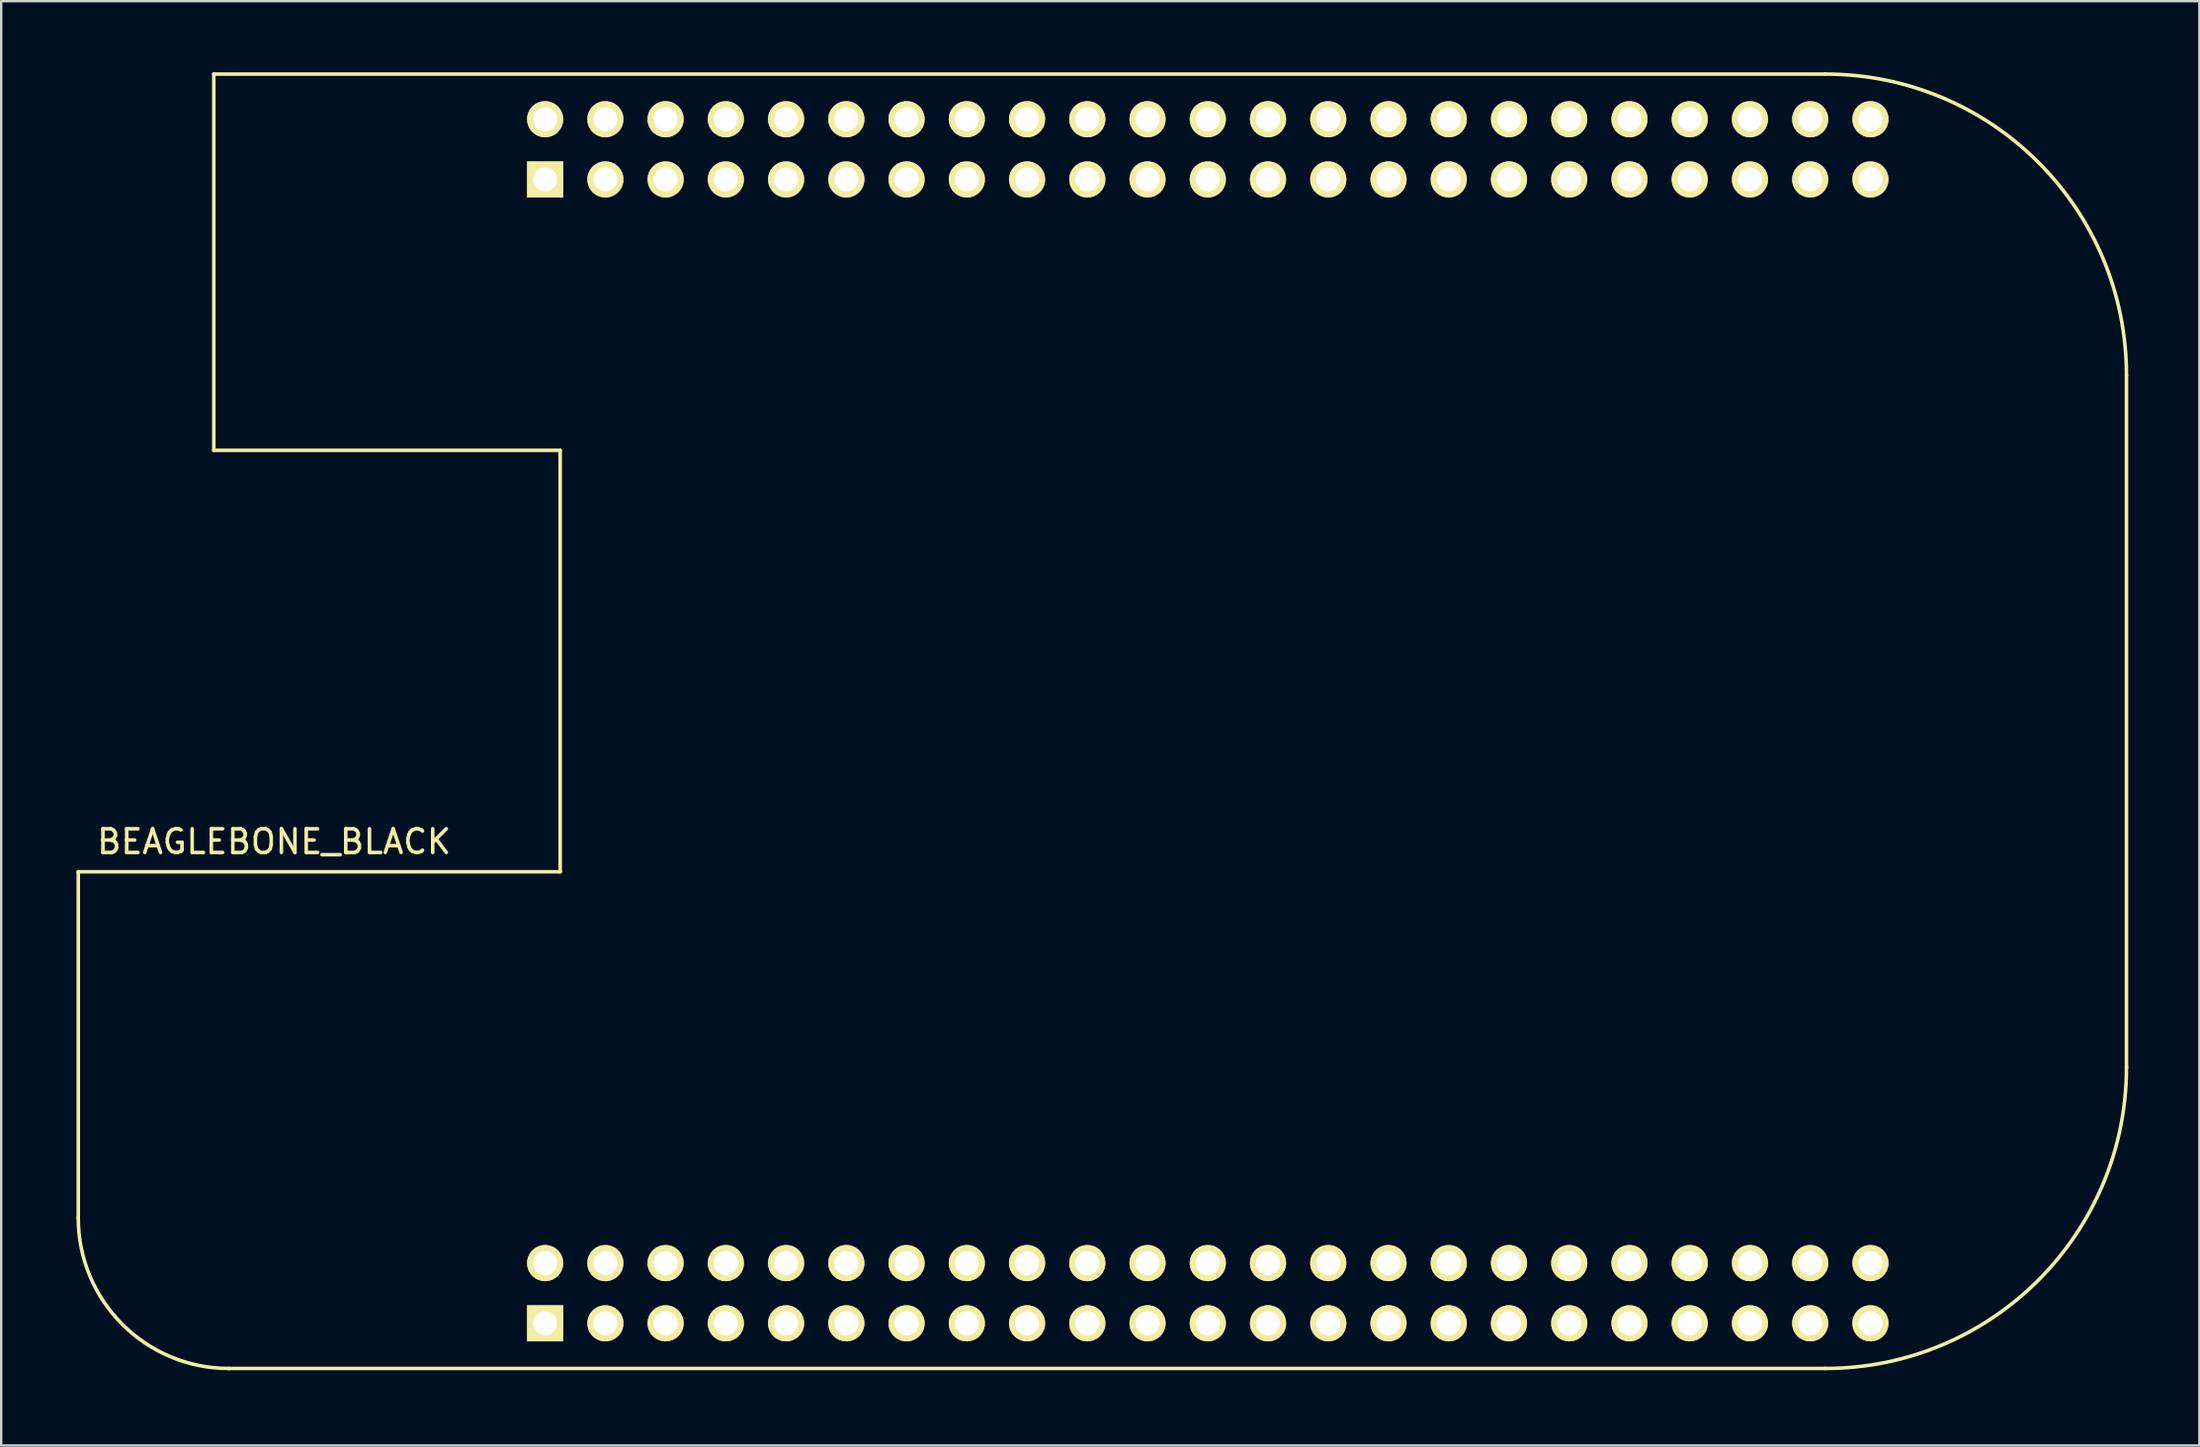
<source format=kicad_pcb>
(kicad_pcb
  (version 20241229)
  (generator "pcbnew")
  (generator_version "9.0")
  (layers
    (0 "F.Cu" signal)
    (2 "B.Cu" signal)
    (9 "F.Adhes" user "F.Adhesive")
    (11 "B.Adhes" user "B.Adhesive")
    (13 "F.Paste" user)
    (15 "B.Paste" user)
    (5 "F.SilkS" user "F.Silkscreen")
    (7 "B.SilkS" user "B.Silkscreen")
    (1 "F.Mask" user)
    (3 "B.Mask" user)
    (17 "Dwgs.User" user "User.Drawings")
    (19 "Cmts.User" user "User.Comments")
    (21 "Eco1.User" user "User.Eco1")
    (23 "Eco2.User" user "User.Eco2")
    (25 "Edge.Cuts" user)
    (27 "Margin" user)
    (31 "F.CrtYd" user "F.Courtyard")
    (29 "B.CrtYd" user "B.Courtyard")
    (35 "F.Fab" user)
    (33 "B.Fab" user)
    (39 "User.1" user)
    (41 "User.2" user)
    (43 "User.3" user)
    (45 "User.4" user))
  (footprint "BEAGLEBONE_BLACK"
    (layer "F.Cu")
    (at 0.25 54.685)
    (property "Reference" "BEAGLEBONE_BLACK" (at 8.255 -22.225 0) (layer "F.SilkS") (effects (font (size 1 1) (thickness 0.15))))
    (attr through_hole)
    (fp_line (start 0 -20.955) (end 20.32 -20.955) (stroke (width 0.15) (type solid)) (layer "F.SilkS"))
    (fp_line (start 0 -6.35) (end 0 -20.955) (stroke (width 0.15) (type solid)) (layer "F.SilkS"))
    (fp_line (start 5.715 -54.61) (end 73.66 -54.61) (stroke (width 0.15) (type solid)) (layer "F.SilkS"))
    (fp_line (start 5.715 -38.735) (end 5.715 -54.61) (stroke (width 0.15) (type solid)) (layer "F.SilkS"))
    (fp_line (start 6.35 0) (end 73.66 0) (stroke (width 0.15) (type solid)) (layer "F.SilkS"))
    (fp_line (start 20.32 -38.735) (end 5.715 -38.735) (stroke (width 0.15) (type solid)) (layer "F.SilkS"))
    (fp_line (start 20.32 -20.955) (end 20.32 -38.735) (stroke (width 0.15) (type solid)) (layer "F.SilkS"))
    (fp_line (start 86.36 -41.91) (end 86.36 -12.7) (stroke (width 0.15) (type solid)) (layer "F.SilkS"))
    (fp_arc (start 6.35 0) (mid 1.859872 -1.859872) (end 0 -6.35) (stroke (width 0.15) (type solid)) (layer "F.SilkS"))
    (fp_arc (start 73.66 -54.61) (mid 82.640256 -50.890256) (end 86.36 -41.91) (stroke (width 0.15) (type solid)) (layer "F.SilkS"))
    (fp_arc (start 86.36 -12.7) (mid 82.640256 -3.719744) (end 73.66 0) (stroke (width 0.15) (type solid)) (layer "F.SilkS"))
    (pad "A1" thru_hole rect (at 19.685 -50.165) (size 1.524 1.524) (drill 1.016) (layers "*.Cu" "*.Mask" "F.SilkS"))
    (pad "A2" thru_hole circle (at 19.685 -52.705) (size 1.524 1.524) (drill 1.016) (layers "*.Cu" "*.Mask" "F.SilkS"))
    (pad "A3" thru_hole circle (at 22.225 -50.165) (size 1.524 1.524) (drill 1.016) (layers "*.Cu" "*.Mask" "F.SilkS"))
    (pad "A4" thru_hole circle (at 22.225 -52.705) (size 1.524 1.524) (drill 1.016) (layers "*.Cu" "*.Mask" "F.SilkS"))
    (pad "A5" thru_hole circle (at 24.765 -50.165) (size 1.524 1.524) (drill 1.016) (layers "*.Cu" "*.Mask" "F.SilkS"))
    (pad "A6" thru_hole circle (at 24.765 -52.705) (size 1.524 1.524) (drill 1.016) (layers "*.Cu" "*.Mask" "F.SilkS"))
    (pad "A7" thru_hole circle (at 27.305 -50.165) (size 1.524 1.524) (drill 1.016) (layers "*.Cu" "*.Mask" "F.SilkS"))
    (pad "A8" thru_hole circle (at 27.305 -52.705) (size 1.524 1.524) (drill 1.016) (layers "*.Cu" "*.Mask" "F.SilkS"))
    (pad "A9" thru_hole circle (at 29.845 -50.165) (size 1.524 1.524) (drill 1.016) (layers "*.Cu" "*.Mask" "F.SilkS"))
    (pad "A10" thru_hole circle (at 29.845 -52.705) (size 1.524 1.524) (drill 1.016) (layers "*.Cu" "*.Mask" "F.SilkS"))
    (pad "A11" thru_hole circle (at 32.385 -50.165) (size 1.524 1.524) (drill 1.016) (layers "*.Cu" "*.Mask" "F.SilkS"))
    (pad "A12" thru_hole circle (at 32.385 -52.705) (size 1.524 1.524) (drill 1.016) (layers "*.Cu" "*.Mask" "F.SilkS"))
    (pad "A13" thru_hole circle (at 34.925 -50.165) (size 1.524 1.524) (drill 1.016) (layers "*.Cu" "*.Mask" "F.SilkS"))
    (pad "A14" thru_hole circle (at 34.925 -52.705) (size 1.524 1.524) (drill 1.016) (layers "*.Cu" "*.Mask" "F.SilkS"))
    (pad "A15" thru_hole circle (at 37.465 -50.165) (size 1.524 1.524) (drill 1.016) (layers "*.Cu" "*.Mask" "F.SilkS"))
    (pad "A16" thru_hole circle (at 37.465 -52.705) (size 1.524 1.524) (drill 1.016) (layers "*.Cu" "*.Mask" "F.SilkS"))
    (pad "A17" thru_hole circle (at 40.005 -50.165) (size 1.524 1.524) (drill 1.016) (layers "*.Cu" "*.Mask" "F.SilkS"))
    (pad "A18" thru_hole circle (at 40.005 -52.705) (size 1.524 1.524) (drill 1.016) (layers "*.Cu" "*.Mask" "F.SilkS"))
    (pad "A19" thru_hole circle (at 42.545 -50.165) (size 1.524 1.524) (drill 1.016) (layers "*.Cu" "*.Mask" "F.SilkS"))
    (pad "A20" thru_hole circle (at 42.545 -52.705) (size 1.524 1.524) (drill 1.016) (layers "*.Cu" "*.Mask" "F.SilkS"))
    (pad "A21" thru_hole circle (at 45.085 -50.165) (size 1.524 1.524) (drill 1.016) (layers "*.Cu" "*.Mask" "F.SilkS"))
    (pad "A22" thru_hole circle (at 45.085 -52.705) (size 1.524 1.524) (drill 1.016) (layers "*.Cu" "*.Mask" "F.SilkS"))
    (pad "A23" thru_hole circle (at 47.625 -50.165) (size 1.524 1.524) (drill 1.016) (layers "*.Cu" "*.Mask" "F.SilkS"))
    (pad "A24" thru_hole circle (at 47.625 -52.705) (size 1.524 1.524) (drill 1.016) (layers "*.Cu" "*.Mask" "F.SilkS"))
    (pad "A25" thru_hole circle (at 50.165 -50.165) (size 1.524 1.524) (drill 1.016) (layers "*.Cu" "*.Mask" "F.SilkS"))
    (pad "A26" thru_hole circle (at 50.165 -52.705) (size 1.524 1.524) (drill 1.016) (layers "*.Cu" "*.Mask" "F.SilkS"))
    (pad "A27" thru_hole circle (at 52.705 -50.165) (size 1.524 1.524) (drill 1.016) (layers "*.Cu" "*.Mask" "F.SilkS"))
    (pad "A28" thru_hole circle (at 52.705 -52.705) (size 1.524 1.524) (drill 1.016) (layers "*.Cu" "*.Mask" "F.SilkS"))
    (pad "A29" thru_hole circle (at 55.245 -50.165) (size 1.524 1.524) (drill 1.016) (layers "*.Cu" "*.Mask" "F.SilkS"))
    (pad "A30" thru_hole circle (at 55.245 -52.705) (size 1.524 1.524) (drill 1.016) (layers "*.Cu" "*.Mask" "F.SilkS"))
    (pad "A31" thru_hole circle (at 57.785 -50.165) (size 1.524 1.524) (drill 1.016) (layers "*.Cu" "*.Mask" "F.SilkS"))
    (pad "A32" thru_hole circle (at 57.785 -52.705) (size 1.524 1.524) (drill 1.016) (layers "*.Cu" "*.Mask" "F.SilkS"))
    (pad "A33" thru_hole circle (at 60.325 -50.165) (size 1.524 1.524) (drill 1.016) (layers "*.Cu" "*.Mask" "F.SilkS"))
    (pad "A34" thru_hole circle (at 60.325 -52.705) (size 1.524 1.524) (drill 1.016) (layers "*.Cu" "*.Mask" "F.SilkS"))
    (pad "A35" thru_hole circle (at 62.865 -50.165) (size 1.524 1.524) (drill 1.016) (layers "*.Cu" "*.Mask" "F.SilkS"))
    (pad "A36" thru_hole circle (at 62.865 -52.705) (size 1.524 1.524) (drill 1.016) (layers "*.Cu" "*.Mask" "F.SilkS"))
    (pad "A37" thru_hole circle (at 65.405 -50.165) (size 1.524 1.524) (drill 1.016) (layers "*.Cu" "*.Mask" "F.SilkS"))
    (pad "A38" thru_hole circle (at 65.405 -52.705) (size 1.524 1.524) (drill 1.016) (layers "*.Cu" "*.Mask" "F.SilkS"))
    (pad "A39" thru_hole circle (at 67.945 -50.165) (size 1.524 1.524) (drill 1.016) (layers "*.Cu" "*.Mask" "F.SilkS"))
    (pad "A40" thru_hole circle (at 67.945 -52.705) (size 1.524 1.524) (drill 1.016) (layers "*.Cu" "*.Mask" "F.SilkS"))
    (pad "A41" thru_hole circle (at 70.485 -50.165) (size 1.524 1.524) (drill 1.016) (layers "*.Cu" "*.Mask" "F.SilkS"))
    (pad "A42" thru_hole circle (at 70.485 -52.705) (size 1.524 1.524) (drill 1.016) (layers "*.Cu" "*.Mask" "F.SilkS"))
    (pad "A43" thru_hole circle (at 73.025 -50.165) (size 1.524 1.524) (drill 1.016) (layers "*.Cu" "*.Mask" "F.SilkS"))
    (pad "A44" thru_hole circle (at 73.025 -52.705) (size 1.524 1.524) (drill 1.016) (layers "*.Cu" "*.Mask" "F.SilkS"))
    (pad "A45" thru_hole circle (at 75.565 -50.165) (size 1.524 1.524) (drill 1.016) (layers "*.Cu" "*.Mask" "F.SilkS"))
    (pad "A46" thru_hole circle (at 75.565 -52.705) (size 1.524 1.524) (drill 1.016) (layers "*.Cu" "*.Mask" "F.SilkS"))
    (pad "B1" thru_hole rect (at 19.685 -1.905) (size 1.524 1.524) (drill 1.016) (layers "*.Cu" "*.Mask" "F.SilkS"))
    (pad "B2" thru_hole circle (at 19.685 -4.445) (size 1.524 1.524) (drill 1.016) (layers "*.Cu" "*.Mask" "F.SilkS"))
    (pad "B3" thru_hole circle (at 22.225 -1.905) (size 1.524 1.524) (drill 1.016) (layers "*.Cu" "*.Mask" "F.SilkS"))
    (pad "B4" thru_hole circle (at 22.225 -4.445) (size 1.524 1.524) (drill 1.016) (layers "*.Cu" "*.Mask" "F.SilkS"))
    (pad "B5" thru_hole circle (at 24.765 -1.905) (size 1.524 1.524) (drill 1.016) (layers "*.Cu" "*.Mask" "F.SilkS"))
    (pad "B6" thru_hole circle (at 24.765 -4.445) (size 1.524 1.524) (drill 1.016) (layers "*.Cu" "*.Mask" "F.SilkS"))
    (pad "B7" thru_hole circle (at 27.305 -1.905) (size 1.524 1.524) (drill 1.016) (layers "*.Cu" "*.Mask" "F.SilkS"))
    (pad "B8" thru_hole circle (at 27.305 -4.445) (size 1.524 1.524) (drill 1.016) (layers "*.Cu" "*.Mask" "F.SilkS"))
    (pad "B9" thru_hole circle (at 29.845 -1.905) (size 1.524 1.524) (drill 1.016) (layers "*.Cu" "*.Mask" "F.SilkS"))
    (pad "B10" thru_hole circle (at 29.845 -4.445) (size 1.524 1.524) (drill 1.016) (layers "*.Cu" "*.Mask" "F.SilkS"))
    (pad "B11" thru_hole circle (at 32.385 -1.905) (size 1.524 1.524) (drill 1.016) (layers "*.Cu" "*.Mask" "F.SilkS"))
    (pad "B12" thru_hole circle (at 32.385 -4.445) (size 1.524 1.524) (drill 1.016) (layers "*.Cu" "*.Mask" "F.SilkS"))
    (pad "B13" thru_hole circle (at 34.925 -1.905) (size 1.524 1.524) (drill 1.016) (layers "*.Cu" "*.Mask" "F.SilkS"))
    (pad "B14" thru_hole circle (at 34.925 -4.445) (size 1.524 1.524) (drill 1.016) (layers "*.Cu" "*.Mask" "F.SilkS"))
    (pad "B15" thru_hole circle (at 37.465 -1.905) (size 1.524 1.524) (drill 1.016) (layers "*.Cu" "*.Mask" "F.SilkS"))
    (pad "B16" thru_hole circle (at 37.465 -4.445) (size 1.524 1.524) (drill 1.016) (layers "*.Cu" "*.Mask" "F.SilkS"))
    (pad "B17" thru_hole circle (at 40.005 -1.905) (size 1.524 1.524) (drill 1.016) (layers "*.Cu" "*.Mask" "F.SilkS"))
    (pad "B18" thru_hole circle (at 40.005 -4.445) (size 1.524 1.524) (drill 1.016) (layers "*.Cu" "*.Mask" "F.SilkS"))
    (pad "B19" thru_hole circle (at 42.545 -1.905) (size 1.524 1.524) (drill 1.016) (layers "*.Cu" "*.Mask" "F.SilkS"))
    (pad "B20" thru_hole circle (at 42.545 -4.445) (size 1.524 1.524) (drill 1.016) (layers "*.Cu" "*.Mask" "F.SilkS"))
    (pad "B21" thru_hole circle (at 45.085 -1.905) (size 1.524 1.524) (drill 1.016) (layers "*.Cu" "*.Mask" "F.SilkS"))
    (pad "B22" thru_hole circle (at 45.085 -4.445) (size 1.524 1.524) (drill 1.016) (layers "*.Cu" "*.Mask" "F.SilkS"))
    (pad "B23" thru_hole circle (at 47.625 -1.905) (size 1.524 1.524) (drill 1.016) (layers "*.Cu" "*.Mask" "F.SilkS"))
    (pad "B24" thru_hole circle (at 47.625 -4.445) (size 1.524 1.524) (drill 1.016) (layers "*.Cu" "*.Mask" "F.SilkS"))
    (pad "B25" thru_hole circle (at 50.165 -1.905) (size 1.524 1.524) (drill 1.016) (layers "*.Cu" "*.Mask" "F.SilkS"))
    (pad "B26" thru_hole circle (at 50.165 -4.445) (size 1.524 1.524) (drill 1.016) (layers "*.Cu" "*.Mask" "F.SilkS"))
    (pad "B27" thru_hole circle (at 52.705 -1.905) (size 1.524 1.524) (drill 1.016) (layers "*.Cu" "*.Mask" "F.SilkS"))
    (pad "B28" thru_hole circle (at 52.705 -4.445) (size 1.524 1.524) (drill 1.016) (layers "*.Cu" "*.Mask" "F.SilkS"))
    (pad "B29" thru_hole circle (at 55.245 -1.905) (size 1.524 1.524) (drill 1.016) (layers "*.Cu" "*.Mask" "F.SilkS"))
    (pad "B30" thru_hole circle (at 55.245 -4.445) (size 1.524 1.524) (drill 1.016) (layers "*.Cu" "*.Mask" "F.SilkS"))
    (pad "B31" thru_hole circle (at 57.785 -1.905) (size 1.524 1.524) (drill 1.016) (layers "*.Cu" "*.Mask" "F.SilkS"))
    (pad "B32" thru_hole circle (at 57.785 -4.445) (size 1.524 1.524) (drill 1.016) (layers "*.Cu" "*.Mask" "F.SilkS"))
    (pad "B33" thru_hole circle (at 60.325 -1.905) (size 1.524 1.524) (drill 1.016) (layers "*.Cu" "*.Mask" "F.SilkS"))
    (pad "B34" thru_hole circle (at 60.325 -4.445) (size 1.524 1.524) (drill 1.016) (layers "*.Cu" "*.Mask" "F.SilkS"))
    (pad "B35" thru_hole circle (at 62.865 -1.905) (size 1.524 1.524) (drill 1.016) (layers "*.Cu" "*.Mask" "F.SilkS"))
    (pad "B36" thru_hole circle (at 62.865 -4.445) (size 1.524 1.524) (drill 1.016) (layers "*.Cu" "*.Mask" "F.SilkS"))
    (pad "B37" thru_hole circle (at 65.405 -1.905) (size 1.524 1.524) (drill 1.016) (layers "*.Cu" "*.Mask" "F.SilkS"))
    (pad "B38" thru_hole circle (at 65.405 -4.445) (size 1.524 1.524) (drill 1.016) (layers "*.Cu" "*.Mask" "F.SilkS"))
    (pad "B39" thru_hole circle (at 67.945 -1.905) (size 1.524 1.524) (drill 1.016) (layers "*.Cu" "*.Mask" "F.SilkS"))
    (pad "B40" thru_hole circle (at 67.945 -4.445) (size 1.524 1.524) (drill 1.016) (layers "*.Cu" "*.Mask" "F.SilkS"))
    (pad "B41" thru_hole circle (at 70.485 -1.905) (size 1.524 1.524) (drill 1.016) (layers "*.Cu" "*.Mask" "F.SilkS"))
    (pad "B42" thru_hole circle (at 70.485 -4.445) (size 1.524 1.524) (drill 1.016) (layers "*.Cu" "*.Mask" "F.SilkS"))
    (pad "B43" thru_hole circle (at 73.025 -1.905) (size 1.524 1.524) (drill 1.016) (layers "*.Cu" "*.Mask" "F.SilkS"))
    (pad "B44" thru_hole circle (at 73.025 -4.445) (size 1.524 1.524) (drill 1.016) (layers "*.Cu" "*.Mask" "F.SilkS"))
    (pad "B45" thru_hole circle (at 75.565 -1.905) (size 1.524 1.524) (drill 1.016) (layers "*.Cu" "*.Mask" "F.SilkS"))
    (pad "B46" thru_hole circle (at 75.565 -4.445) (size 1.524 1.524) (drill 1.016) (layers "*.Cu" "*.Mask" "F.SilkS")))
  (gr_rect
    (start -3 -3)
    (end 89.685 57.935)
    (stroke (width 0.1) (type default))
    (fill no)
    (layer "Edge.Cuts")))
</source>
